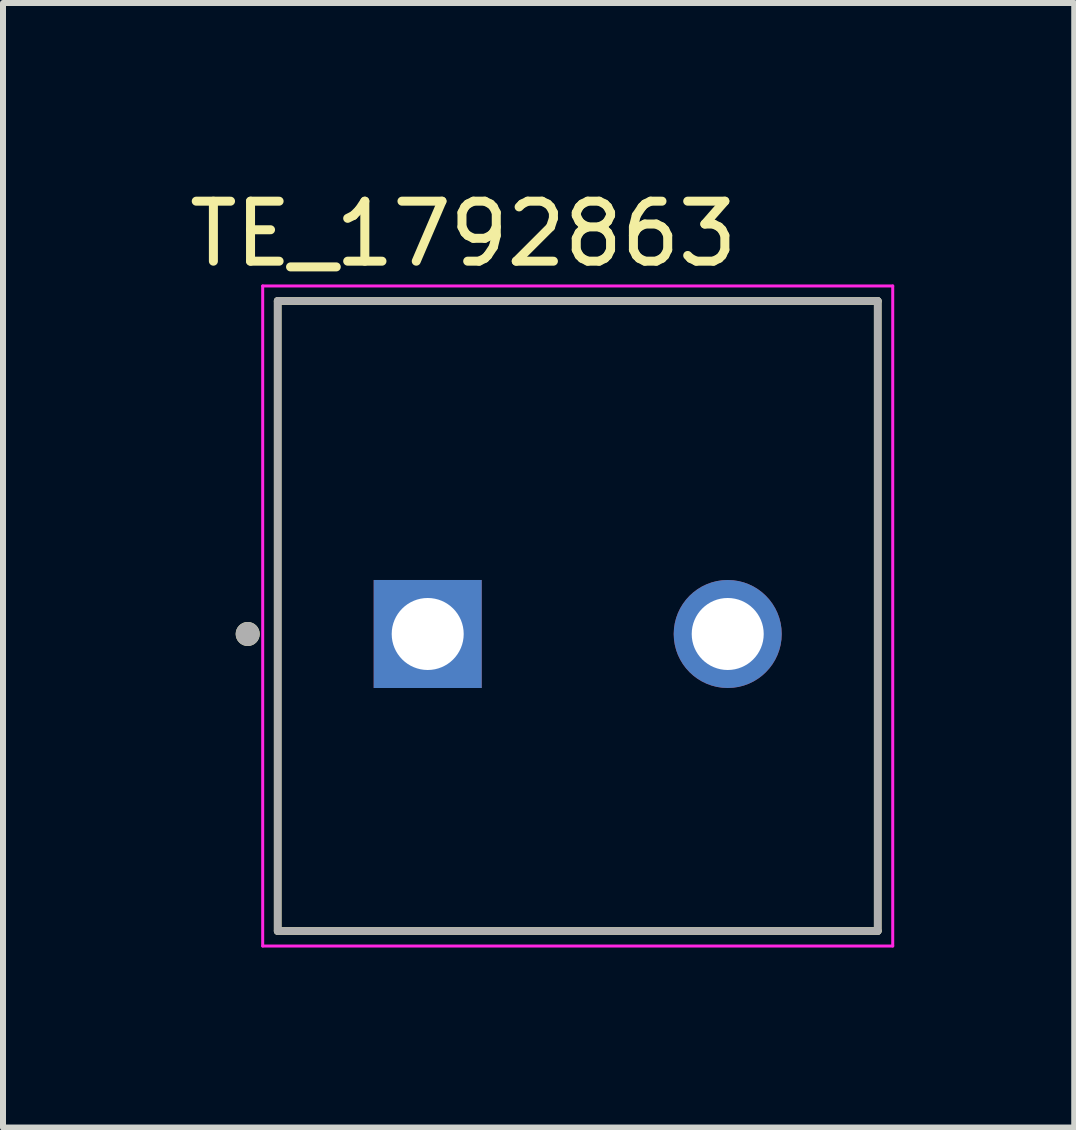
<source format=kicad_pcb>
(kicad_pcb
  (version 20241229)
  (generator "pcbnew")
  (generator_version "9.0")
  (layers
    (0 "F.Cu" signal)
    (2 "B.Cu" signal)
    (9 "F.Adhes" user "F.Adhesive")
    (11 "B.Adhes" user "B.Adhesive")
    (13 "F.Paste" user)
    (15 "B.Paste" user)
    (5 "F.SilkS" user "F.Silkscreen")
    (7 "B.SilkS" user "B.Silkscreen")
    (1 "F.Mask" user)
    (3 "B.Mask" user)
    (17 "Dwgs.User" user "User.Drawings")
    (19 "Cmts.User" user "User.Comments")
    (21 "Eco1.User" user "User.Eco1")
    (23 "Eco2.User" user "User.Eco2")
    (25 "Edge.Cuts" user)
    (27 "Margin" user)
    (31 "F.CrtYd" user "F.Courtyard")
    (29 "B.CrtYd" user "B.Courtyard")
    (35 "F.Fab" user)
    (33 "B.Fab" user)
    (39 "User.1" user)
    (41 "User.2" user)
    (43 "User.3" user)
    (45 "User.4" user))
  (footprint "TE_1792863"
    (layer "F.Cu")
    (at 6.578 7.516)
    (property "Reference" "TE_1792863" (at -1.905 -6.668 0) (layer "F.SilkS") (effects (font (size 1 1) (thickness 0.15))))
    (attr through_hole)
    (fp_line (start -5 -5.55) (end 5 -5.55) (stroke (width 0.127) (type solid)) (layer "F.SilkS"))
    (fp_line (start -5 4.95) (end -5 -5.55) (stroke (width 0.127) (type solid)) (layer "F.SilkS"))
    (fp_line (start 5 -5.55) (end 5 4.95) (stroke (width 0.127) (type solid)) (layer "F.SilkS"))
    (fp_line (start 5 4.95) (end -5 4.95) (stroke (width 0.127) (type solid)) (layer "F.SilkS"))
    (fp_circle (center -5.5 0) (end -5.4 0) (stroke (width 0.2) (type solid)) (fill no) (layer "F.SilkS"))
    (fp_line (start -5.25 -5.8) (end 5.25 -5.8) (stroke (width 0.05) (type solid)) (layer "F.CrtYd"))
    (fp_line (start -5.25 5.2) (end -5.25 -5.8) (stroke (width 0.05) (type solid)) (layer "F.CrtYd"))
    (fp_line (start 5.25 -5.8) (end 5.25 5.2) (stroke (width 0.05) (type solid)) (layer "F.CrtYd"))
    (fp_line (start 5.25 5.2) (end -5.25 5.2) (stroke (width 0.05) (type solid)) (layer "F.CrtYd"))
    (fp_line (start -5 -5.55) (end 5 -5.55) (stroke (width 0.127) (type solid)) (layer "F.Fab"))
    (fp_line (start -5 4.95) (end -5 -5.55) (stroke (width 0.127) (type solid)) (layer "F.Fab"))
    (fp_line (start 5 -5.55) (end 5 4.95) (stroke (width 0.127) (type solid)) (layer "F.Fab"))
    (fp_line (start 5 4.95) (end -5 4.95) (stroke (width 0.127) (type solid)) (layer "F.Fab"))
    (fp_circle (center -5.5 0) (end -5.4 0) (stroke (width 0.2) (type solid)) (fill no) (layer "F.Fab"))
    (pad "1" thru_hole rect (at -2.5 0) (size 1.8 1.8) (drill 1.2) (layers "*.Cu" "*.Mask"))
    (pad "2" thru_hole circle (at 2.5 0) (size 1.8 1.8) (drill 1.2) (layers "*.Cu" "*.Mask")))
  (gr_rect
    (start -3 -3)
    (end 14.853 15.741)
    (stroke (width 0.1) (type default))
    (fill no)
    (layer "Edge.Cuts")))
</source>
